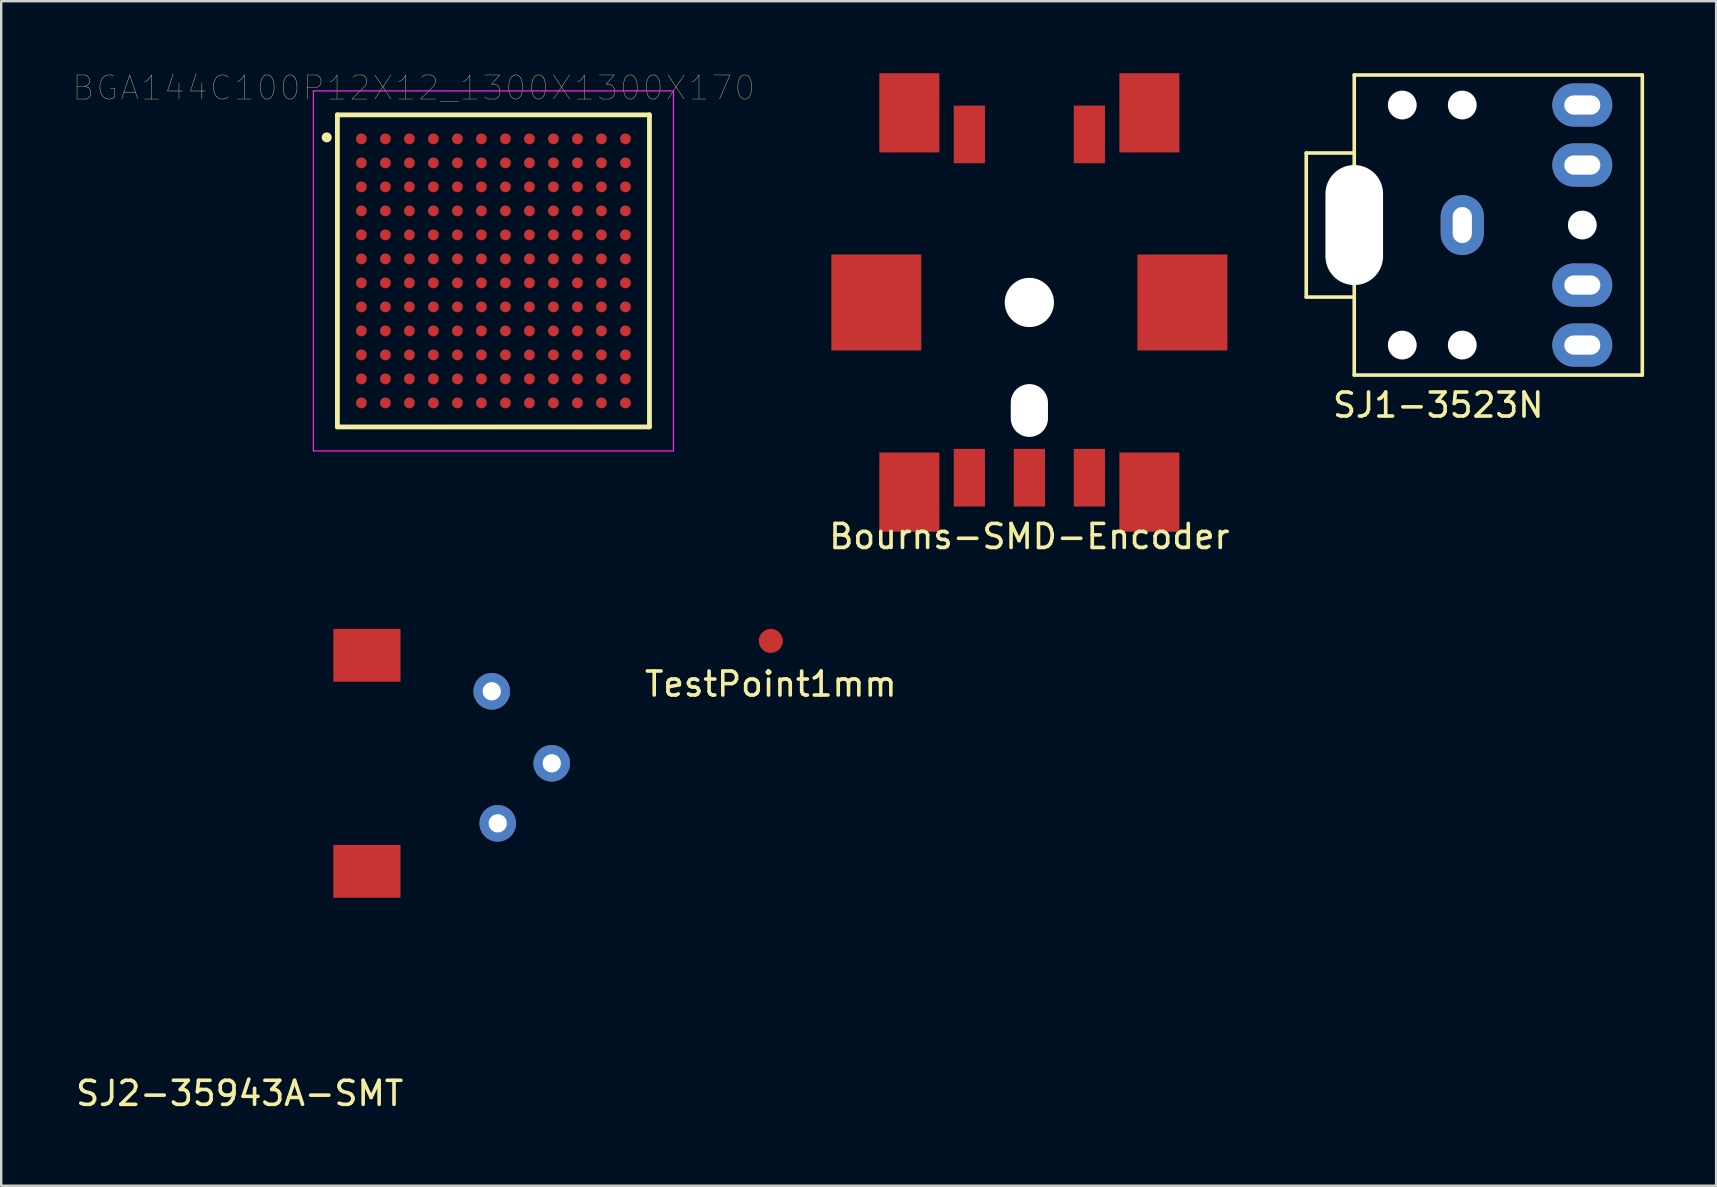
<source format=kicad_pcb>
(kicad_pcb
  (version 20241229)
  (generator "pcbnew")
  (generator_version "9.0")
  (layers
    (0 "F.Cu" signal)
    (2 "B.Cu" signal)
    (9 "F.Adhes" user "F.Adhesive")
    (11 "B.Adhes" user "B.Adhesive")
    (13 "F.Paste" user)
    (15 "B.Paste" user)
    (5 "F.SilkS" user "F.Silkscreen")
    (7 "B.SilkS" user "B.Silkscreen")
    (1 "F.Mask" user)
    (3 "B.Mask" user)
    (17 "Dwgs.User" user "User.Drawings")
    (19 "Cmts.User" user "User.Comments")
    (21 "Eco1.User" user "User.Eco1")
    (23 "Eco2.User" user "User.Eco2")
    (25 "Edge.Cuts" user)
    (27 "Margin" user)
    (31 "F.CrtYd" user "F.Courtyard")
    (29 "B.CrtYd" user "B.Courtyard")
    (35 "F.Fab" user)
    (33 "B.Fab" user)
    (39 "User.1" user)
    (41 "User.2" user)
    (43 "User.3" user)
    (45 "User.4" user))
  (footprint "Bourns-SMD-Encoder"
    (layer "F.Cu")
    (at 39.831 9.55)
    (property "Reference" "Bourns-SMD-Encoder" (at 0 9.75 0) (layer "F.SilkS") (effects (font (size 1 1) (thickness 0.15))))
    (attr through_hole)
    (pad "" smd rect (at -6.375 0) (size 3.75 4) (layers "F.Cu" "F.Mask" "F.Paste"))
    (pad "" smd rect (at -5 -7.9) (size 2.5 3.3) (layers "F.Cu" "F.Mask" "F.Paste"))
    (pad "" smd rect (at -5 7.9) (size 2.5 3.3) (layers "F.Cu" "F.Mask" "F.Paste"))
    (pad "" np_thru_hole circle (at 0 0) (size 2.05 2.05) (drill 2.05) (layers "*.Cu" "*.Mask"))
    (pad "" np_thru_hole oval (at 0 4.5) (size 1.55 2.2) (drill oval 1.55 2.2) (layers "*.Cu" "*.Mask"))
    (pad "" smd rect (at 5 -7.9) (size 2.5 3.3) (layers "F.Cu" "F.Mask" "F.Paste"))
    (pad "" smd rect (at 5 7.9) (size 2.5 3.3) (layers "F.Cu" "F.Mask" "F.Paste"))
    (pad "" smd rect (at 6.375 0) (size 3.75 4) (layers "F.Cu" "F.Mask" "F.Paste"))
    (pad "A" smd rect (at -2.5 7.3) (size 1.3 2.4) (layers "F.Cu" "F.Mask" "F.Paste"))
    (pad "B" smd rect (at 2.5 7.3) (size 1.3 2.4) (layers "F.Cu" "F.Mask" "F.Paste"))
    (pad "C" smd rect (at 0 7.3) (size 1.3 2.4) (layers "F.Cu" "F.Mask" "F.Paste"))
    (pad "S1" smd rect (at -2.5 -7) (size 1.3 2.4) (layers "F.Cu" "F.Mask" "F.Paste"))
    (pad "S2" smd rect (at 2.5 -7) (size 1.3 2.4) (layers "F.Cu" "F.Mask" "F.Paste")))
  (footprint "BGA144C100P12X12_1300X1300X170"
    (layer "F.Cu")
    (at 17.505 8.234)
    (property "Reference" "BGA144C100P12X12_1300X1300X170" (at -3.318 -7.622 0) (layer "F.SilkS") (effects (font (size 1.002 1.002) (thickness 0.015))))
    (attr through_hole)
    (fp_line (start -6.5 -6.5) (end -6.5 6.5) (stroke (width 0.2) (type solid)) (layer "F.SilkS"))
    (fp_line (start -6.5 -6.5) (end 6.5 -6.5) (stroke (width 0.2) (type solid)) (layer "F.SilkS"))
    (fp_line (start 6.5 6.5) (end -6.5 6.5) (stroke (width 0.2) (type solid)) (layer "F.SilkS"))
    (fp_line (start 6.5 6.5) (end 6.5 -6.5) (stroke (width 0.2) (type solid)) (layer "F.SilkS"))
    (fp_circle (center -6.945 -5.561) (end -6.835 -5.561) (stroke (width 0.2) (type solid)) (fill no) (layer "F.SilkS"))
    (fp_line (start -7.5 -7.5) (end 7.5 -7.5) (stroke (width 0.05) (type solid)) (layer "F.CrtYd"))
    (fp_line (start -7.5 7.5) (end -7.5 -7.5) (stroke (width 0.05) (type solid)) (layer "F.CrtYd"))
    (fp_line (start 7.5 -7.5) (end 7.5 7.5) (stroke (width 0.05) (type solid)) (layer "F.CrtYd"))
    (fp_line (start 7.5 7.5) (end -7.5 7.5) (stroke (width 0.05) (type solid)) (layer "F.CrtYd"))
    (pad "A1" smd circle (at -5.5 -5.5) (size 0.45 0.45) (layers "F.Cu" "F.Mask" "F.Paste"))
    (pad "A2" smd circle (at -4.5 -5.5) (size 0.45 0.45) (layers "F.Cu" "F.Mask" "F.Paste"))
    (pad "A3" smd circle (at -3.5 -5.5) (size 0.45 0.45) (layers "F.Cu" "F.Mask" "F.Paste"))
    (pad "A4" smd circle (at -2.5 -5.5) (size 0.45 0.45) (layers "F.Cu" "F.Mask" "F.Paste"))
    (pad "A5" smd circle (at -1.5 -5.5) (size 0.45 0.45) (layers "F.Cu" "F.Mask" "F.Paste"))
    (pad "A6" smd circle (at -0.5 -5.5) (size 0.45 0.45) (layers "F.Cu" "F.Mask" "F.Paste"))
    (pad "A7" smd circle (at 0.5 -5.5) (size 0.45 0.45) (layers "F.Cu" "F.Mask" "F.Paste"))
    (pad "A8" smd circle (at 1.5 -5.5) (size 0.45 0.45) (layers "F.Cu" "F.Mask" "F.Paste"))
    (pad "A9" smd circle (at 2.5 -5.5) (size 0.45 0.45) (layers "F.Cu" "F.Mask" "F.Paste"))
    (pad "A10" smd circle (at 3.5 -5.5) (size 0.45 0.45) (layers "F.Cu" "F.Mask" "F.Paste"))
    (pad "A11" smd circle (at 4.5 -5.5) (size 0.45 0.45) (layers "F.Cu" "F.Mask" "F.Paste"))
    (pad "A12" smd circle (at 5.5 -5.5) (size 0.45 0.45) (layers "F.Cu" "F.Mask" "F.Paste"))
    (pad "B1" smd circle (at -5.5 -4.5) (size 0.45 0.45) (layers "F.Cu" "F.Mask" "F.Paste"))
    (pad "B2" smd circle (at -4.5 -4.5) (size 0.45 0.45) (layers "F.Cu" "F.Mask" "F.Paste"))
    (pad "B3" smd circle (at -3.5 -4.5) (size 0.45 0.45) (layers "F.Cu" "F.Mask" "F.Paste"))
    (pad "B4" smd circle (at -2.5 -4.5) (size 0.45 0.45) (layers "F.Cu" "F.Mask" "F.Paste"))
    (pad "B5" smd circle (at -1.5 -4.5) (size 0.45 0.45) (layers "F.Cu" "F.Mask" "F.Paste"))
    (pad "B6" smd circle (at -0.5 -4.5) (size 0.45 0.45) (layers "F.Cu" "F.Mask" "F.Paste"))
    (pad "B7" smd circle (at 0.5 -4.5) (size 0.45 0.45) (layers "F.Cu" "F.Mask" "F.Paste"))
    (pad "B8" smd circle (at 1.5 -4.5) (size 0.45 0.45) (layers "F.Cu" "F.Mask" "F.Paste"))
    (pad "B9" smd circle (at 2.5 -4.5) (size 0.45 0.45) (layers "F.Cu" "F.Mask" "F.Paste"))
    (pad "B10" smd circle (at 3.5 -4.5) (size 0.45 0.45) (layers "F.Cu" "F.Mask" "F.Paste"))
    (pad "B11" smd circle (at 4.5 -4.5) (size 0.45 0.45) (layers "F.Cu" "F.Mask" "F.Paste"))
    (pad "B12" smd circle (at 5.5 -4.5) (size 0.45 0.45) (layers "F.Cu" "F.Mask" "F.Paste"))
    (pad "C1" smd circle (at -5.5 -3.5) (size 0.45 0.45) (layers "F.Cu" "F.Mask" "F.Paste"))
    (pad "C2" smd circle (at -4.5 -3.5) (size 0.45 0.45) (layers "F.Cu" "F.Mask" "F.Paste"))
    (pad "C3" smd circle (at -3.5 -3.5) (size 0.45 0.45) (layers "F.Cu" "F.Mask" "F.Paste"))
    (pad "C4" smd circle (at -2.5 -3.5) (size 0.45 0.45) (layers "F.Cu" "F.Mask" "F.Paste"))
    (pad "C5" smd circle (at -1.5 -3.5) (size 0.45 0.45) (layers "F.Cu" "F.Mask" "F.Paste"))
    (pad "C6" smd circle (at -0.5 -3.5) (size 0.45 0.45) (layers "F.Cu" "F.Mask" "F.Paste"))
    (pad "C7" smd circle (at 0.5 -3.5) (size 0.45 0.45) (layers "F.Cu" "F.Mask" "F.Paste"))
    (pad "C8" smd circle (at 1.5 -3.5) (size 0.45 0.45) (layers "F.Cu" "F.Mask" "F.Paste"))
    (pad "C9" smd circle (at 2.5 -3.5) (size 0.45 0.45) (layers "F.Cu" "F.Mask" "F.Paste"))
    (pad "C10" smd circle (at 3.5 -3.5) (size 0.45 0.45) (layers "F.Cu" "F.Mask" "F.Paste"))
    (pad "C11" smd circle (at 4.5 -3.5) (size 0.45 0.45) (layers "F.Cu" "F.Mask" "F.Paste"))
    (pad "C12" smd circle (at 5.5 -3.5) (size 0.45 0.45) (layers "F.Cu" "F.Mask" "F.Paste"))
    (pad "D1" smd circle (at -5.5 -2.5) (size 0.45 0.45) (layers "F.Cu" "F.Mask" "F.Paste"))
    (pad "D2" smd circle (at -4.5 -2.5) (size 0.45 0.45) (layers "F.Cu" "F.Mask" "F.Paste"))
    (pad "D3" smd circle (at -3.5 -2.5) (size 0.45 0.45) (layers "F.Cu" "F.Mask" "F.Paste"))
    (pad "D4" smd circle (at -2.5 -2.5) (size 0.45 0.45) (layers "F.Cu" "F.Mask" "F.Paste"))
    (pad "D5" smd circle (at -1.5 -2.5) (size 0.45 0.45) (layers "F.Cu" "F.Mask" "F.Paste"))
    (pad "D6" smd circle (at -0.5 -2.5) (size 0.45 0.45) (layers "F.Cu" "F.Mask" "F.Paste"))
    (pad "D7" smd circle (at 0.5 -2.5) (size 0.45 0.45) (layers "F.Cu" "F.Mask" "F.Paste"))
    (pad "D8" smd circle (at 1.5 -2.5) (size 0.45 0.45) (layers "F.Cu" "F.Mask" "F.Paste"))
    (pad "D9" smd circle (at 2.5 -2.5) (size 0.45 0.45) (layers "F.Cu" "F.Mask" "F.Paste"))
    (pad "D10" smd circle (at 3.5 -2.5) (size 0.45 0.45) (layers "F.Cu" "F.Mask" "F.Paste"))
    (pad "D11" smd circle (at 4.5 -2.5) (size 0.45 0.45) (layers "F.Cu" "F.Mask" "F.Paste"))
    (pad "D12" smd circle (at 5.5 -2.5) (size 0.45 0.45) (layers "F.Cu" "F.Mask" "F.Paste"))
    (pad "E1" smd circle (at -5.5 -1.5) (size 0.45 0.45) (layers "F.Cu" "F.Mask" "F.Paste"))
    (pad "E2" smd circle (at -4.5 -1.5) (size 0.45 0.45) (layers "F.Cu" "F.Mask" "F.Paste"))
    (pad "E3" smd circle (at -3.5 -1.5) (size 0.45 0.45) (layers "F.Cu" "F.Mask" "F.Paste"))
    (pad "E4" smd circle (at -2.5 -1.5) (size 0.45 0.45) (layers "F.Cu" "F.Mask" "F.Paste"))
    (pad "E5" smd circle (at -1.5 -1.5) (size 0.45 0.45) (layers "F.Cu" "F.Mask" "F.Paste"))
    (pad "E6" smd circle (at -0.5 -1.5) (size 0.45 0.45) (layers "F.Cu" "F.Mask" "F.Paste"))
    (pad "E7" smd circle (at 0.5 -1.5) (size 0.45 0.45) (layers "F.Cu" "F.Mask" "F.Paste"))
    (pad "E8" smd circle (at 1.5 -1.5) (size 0.45 0.45) (layers "F.Cu" "F.Mask" "F.Paste"))
    (pad "E9" smd circle (at 2.5 -1.5) (size 0.45 0.45) (layers "F.Cu" "F.Mask" "F.Paste"))
    (pad "E10" smd circle (at 3.5 -1.5) (size 0.45 0.45) (layers "F.Cu" "F.Mask" "F.Paste"))
    (pad "E11" smd circle (at 4.5 -1.5) (size 0.45 0.45) (layers "F.Cu" "F.Mask" "F.Paste"))
    (pad "E12" smd circle (at 5.5 -1.5) (size 0.45 0.45) (layers "F.Cu" "F.Mask" "F.Paste"))
    (pad "F1" smd circle (at -5.5 -0.5) (size 0.45 0.45) (layers "F.Cu" "F.Mask" "F.Paste"))
    (pad "F2" smd circle (at -4.5 -0.5) (size 0.45 0.45) (layers "F.Cu" "F.Mask" "F.Paste"))
    (pad "F3" smd circle (at -3.5 -0.5) (size 0.45 0.45) (layers "F.Cu" "F.Mask" "F.Paste"))
    (pad "F4" smd circle (at -2.5 -0.5) (size 0.45 0.45) (layers "F.Cu" "F.Mask" "F.Paste"))
    (pad "F5" smd circle (at -1.5 -0.5) (size 0.45 0.45) (layers "F.Cu" "F.Mask" "F.Paste"))
    (pad "F6" smd circle (at -0.5 -0.5) (size 0.45 0.45) (layers "F.Cu" "F.Mask" "F.Paste"))
    (pad "F7" smd circle (at 0.5 -0.5) (size 0.45 0.45) (layers "F.Cu" "F.Mask" "F.Paste"))
    (pad "F8" smd circle (at 1.5 -0.5) (size 0.45 0.45) (layers "F.Cu" "F.Mask" "F.Paste"))
    (pad "F9" smd circle (at 2.5 -0.5) (size 0.45 0.45) (layers "F.Cu" "F.Mask" "F.Paste"))
    (pad "F10" smd circle (at 3.5 -0.5) (size 0.45 0.45) (layers "F.Cu" "F.Mask" "F.Paste"))
    (pad "F11" smd circle (at 4.5 -0.5) (size 0.45 0.45) (layers "F.Cu" "F.Mask" "F.Paste"))
    (pad "F12" smd circle (at 5.5 -0.5) (size 0.45 0.45) (layers "F.Cu" "F.Mask" "F.Paste"))
    (pad "G1" smd circle (at -5.5 0.5) (size 0.45 0.45) (layers "F.Cu" "F.Mask" "F.Paste"))
    (pad "G2" smd circle (at -4.5 0.5) (size 0.45 0.45) (layers "F.Cu" "F.Mask" "F.Paste"))
    (pad "G3" smd circle (at -3.5 0.5) (size 0.45 0.45) (layers "F.Cu" "F.Mask" "F.Paste"))
    (pad "G4" smd circle (at -2.5 0.5) (size 0.45 0.45) (layers "F.Cu" "F.Mask" "F.Paste"))
    (pad "G5" smd circle (at -1.5 0.5) (size 0.45 0.45) (layers "F.Cu" "F.Mask" "F.Paste"))
    (pad "G6" smd circle (at -0.5 0.5) (size 0.45 0.45) (layers "F.Cu" "F.Mask" "F.Paste"))
    (pad "G7" smd circle (at 0.5 0.5) (size 0.45 0.45) (layers "F.Cu" "F.Mask" "F.Paste"))
    (pad "G8" smd circle (at 1.5 0.5) (size 0.45 0.45) (layers "F.Cu" "F.Mask" "F.Paste"))
    (pad "G9" smd circle (at 2.5 0.5) (size 0.45 0.45) (layers "F.Cu" "F.Mask" "F.Paste"))
    (pad "G10" smd circle (at 3.5 0.5) (size 0.45 0.45) (layers "F.Cu" "F.Mask" "F.Paste"))
    (pad "G11" smd circle (at 4.5 0.5) (size 0.45 0.45) (layers "F.Cu" "F.Mask" "F.Paste"))
    (pad "G12" smd circle (at 5.5 0.5) (size 0.45 0.45) (layers "F.Cu" "F.Mask" "F.Paste"))
    (pad "H1" smd circle (at -5.5 1.5) (size 0.45 0.45) (layers "F.Cu" "F.Mask" "F.Paste"))
    (pad "H2" smd circle (at -4.5 1.5) (size 0.45 0.45) (layers "F.Cu" "F.Mask" "F.Paste"))
    (pad "H3" smd circle (at -3.5 1.5) (size 0.45 0.45) (layers "F.Cu" "F.Mask" "F.Paste"))
    (pad "H4" smd circle (at -2.5 1.5) (size 0.45 0.45) (layers "F.Cu" "F.Mask" "F.Paste"))
    (pad "H5" smd circle (at -1.5 1.5) (size 0.45 0.45) (layers "F.Cu" "F.Mask" "F.Paste"))
    (pad "H6" smd circle (at -0.5 1.5) (size 0.45 0.45) (layers "F.Cu" "F.Mask" "F.Paste"))
    (pad "H7" smd circle (at 0.5 1.5) (size 0.45 0.45) (layers "F.Cu" "F.Mask" "F.Paste"))
    (pad "H8" smd circle (at 1.5 1.5) (size 0.45 0.45) (layers "F.Cu" "F.Mask" "F.Paste"))
    (pad "H9" smd circle (at 2.5 1.5) (size 0.45 0.45) (layers "F.Cu" "F.Mask" "F.Paste"))
    (pad "H10" smd circle (at 3.5 1.5) (size 0.45 0.45) (layers "F.Cu" "F.Mask" "F.Paste"))
    (pad "H11" smd circle (at 4.5 1.5) (size 0.45 0.45) (layers "F.Cu" "F.Mask" "F.Paste"))
    (pad "H12" smd circle (at 5.5 1.5) (size 0.45 0.45) (layers "F.Cu" "F.Mask" "F.Paste"))
    (pad "J1" smd circle (at -5.5 2.5) (size 0.45 0.45) (layers "F.Cu" "F.Mask" "F.Paste"))
    (pad "J2" smd circle (at -4.5 2.5) (size 0.45 0.45) (layers "F.Cu" "F.Mask" "F.Paste"))
    (pad "J3" smd circle (at -3.5 2.5) (size 0.45 0.45) (layers "F.Cu" "F.Mask" "F.Paste"))
    (pad "J4" smd circle (at -2.5 2.5) (size 0.45 0.45) (layers "F.Cu" "F.Mask" "F.Paste"))
    (pad "J5" smd circle (at -1.5 2.5) (size 0.45 0.45) (layers "F.Cu" "F.Mask" "F.Paste"))
    (pad "J6" smd circle (at -0.5 2.5) (size 0.45 0.45) (layers "F.Cu" "F.Mask" "F.Paste"))
    (pad "J7" smd circle (at 0.5 2.5) (size 0.45 0.45) (layers "F.Cu" "F.Mask" "F.Paste"))
    (pad "J8" smd circle (at 1.5 2.5) (size 0.45 0.45) (layers "F.Cu" "F.Mask" "F.Paste"))
    (pad "J9" smd circle (at 2.5 2.5) (size 0.45 0.45) (layers "F.Cu" "F.Mask" "F.Paste"))
    (pad "J10" smd circle (at 3.5 2.5) (size 0.45 0.45) (layers "F.Cu" "F.Mask" "F.Paste"))
    (pad "J11" smd circle (at 4.5 2.5) (size 0.45 0.45) (layers "F.Cu" "F.Mask" "F.Paste"))
    (pad "J12" smd circle (at 5.5 2.5) (size 0.45 0.45) (layers "F.Cu" "F.Mask" "F.Paste"))
    (pad "K1" smd circle (at -5.5 3.5) (size 0.45 0.45) (layers "F.Cu" "F.Mask" "F.Paste"))
    (pad "K2" smd circle (at -4.5 3.5) (size 0.45 0.45) (layers "F.Cu" "F.Mask" "F.Paste"))
    (pad "K3" smd circle (at -3.5 3.5) (size 0.45 0.45) (layers "F.Cu" "F.Mask" "F.Paste"))
    (pad "K4" smd circle (at -2.5 3.5) (size 0.45 0.45) (layers "F.Cu" "F.Mask" "F.Paste"))
    (pad "K5" smd circle (at -1.5 3.5) (size 0.45 0.45) (layers "F.Cu" "F.Mask" "F.Paste"))
    (pad "K6" smd circle (at -0.5 3.5) (size 0.45 0.45) (layers "F.Cu" "F.Mask" "F.Paste"))
    (pad "K7" smd circle (at 0.5 3.5) (size 0.45 0.45) (layers "F.Cu" "F.Mask" "F.Paste"))
    (pad "K8" smd circle (at 1.5 3.5) (size 0.45 0.45) (layers "F.Cu" "F.Mask" "F.Paste"))
    (pad "K9" smd circle (at 2.5 3.5) (size 0.45 0.45) (layers "F.Cu" "F.Mask" "F.Paste"))
    (pad "K10" smd circle (at 3.5 3.5) (size 0.45 0.45) (layers "F.Cu" "F.Mask" "F.Paste"))
    (pad "K11" smd circle (at 4.5 3.5) (size 0.45 0.45) (layers "F.Cu" "F.Mask" "F.Paste"))
    (pad "K12" smd circle (at 5.5 3.5) (size 0.45 0.45) (layers "F.Cu" "F.Mask" "F.Paste"))
    (pad "L1" smd circle (at -5.5 4.5) (size 0.45 0.45) (layers "F.Cu" "F.Mask" "F.Paste"))
    (pad "L2" smd circle (at -4.5 4.5) (size 0.45 0.45) (layers "F.Cu" "F.Mask" "F.Paste"))
    (pad "L3" smd circle (at -3.5 4.5) (size 0.45 0.45) (layers "F.Cu" "F.Mask" "F.Paste"))
    (pad "L4" smd circle (at -2.5 4.5) (size 0.45 0.45) (layers "F.Cu" "F.Mask" "F.Paste"))
    (pad "L5" smd circle (at -1.5 4.5) (size 0.45 0.45) (layers "F.Cu" "F.Mask" "F.Paste"))
    (pad "L6" smd circle (at -0.5 4.5) (size 0.45 0.45) (layers "F.Cu" "F.Mask" "F.Paste"))
    (pad "L7" smd circle (at 0.5 4.5) (size 0.45 0.45) (layers "F.Cu" "F.Mask" "F.Paste"))
    (pad "L8" smd circle (at 1.5 4.5) (size 0.45 0.45) (layers "F.Cu" "F.Mask" "F.Paste"))
    (pad "L9" smd circle (at 2.5 4.5) (size 0.45 0.45) (layers "F.Cu" "F.Mask" "F.Paste"))
    (pad "L10" smd circle (at 3.5 4.5) (size 0.45 0.45) (layers "F.Cu" "F.Mask" "F.Paste"))
    (pad "L11" smd circle (at 4.5 4.5) (size 0.45 0.45) (layers "F.Cu" "F.Mask" "F.Paste"))
    (pad "L12" smd circle (at 5.5 4.5) (size 0.45 0.45) (layers "F.Cu" "F.Mask" "F.Paste"))
    (pad "M1" smd circle (at -5.5 5.5) (size 0.45 0.45) (layers "F.Cu" "F.Mask" "F.Paste"))
    (pad "M2" smd circle (at -4.5 5.5) (size 0.45 0.45) (layers "F.Cu" "F.Mask" "F.Paste"))
    (pad "M3" smd circle (at -3.5 5.5) (size 0.45 0.45) (layers "F.Cu" "F.Mask" "F.Paste"))
    (pad "M4" smd circle (at -2.5 5.5) (size 0.45 0.45) (layers "F.Cu" "F.Mask" "F.Paste"))
    (pad "M5" smd circle (at -1.5 5.5) (size 0.45 0.45) (layers "F.Cu" "F.Mask" "F.Paste"))
    (pad "M6" smd circle (at -0.5 5.5) (size 0.45 0.45) (layers "F.Cu" "F.Mask" "F.Paste"))
    (pad "M7" smd circle (at 0.5 5.5) (size 0.45 0.45) (layers "F.Cu" "F.Mask" "F.Paste"))
    (pad "M8" smd circle (at 1.5 5.5) (size 0.45 0.45) (layers "F.Cu" "F.Mask" "F.Paste"))
    (pad "M9" smd circle (at 2.5 5.5) (size 0.45 0.45) (layers "F.Cu" "F.Mask" "F.Paste"))
    (pad "M10" smd circle (at 3.5 5.5) (size 0.45 0.45) (layers "F.Cu" "F.Mask" "F.Paste"))
    (pad "M11" smd circle (at 4.5 5.5) (size 0.45 0.45) (layers "F.Cu" "F.Mask" "F.Paste"))
    (pad "M12" smd circle (at 5.5 5.5) (size 0.45 0.45) (layers "F.Cu" "F.Mask" "F.Paste")))
  (footprint "TestPoint1mm"
    (layer "F.Cu")
    (at 29.06 23.648)
    (property "Reference" "TestPoint1mm" (at 0 1.8 0) (layer "F.SilkS") (effects (font (size 1 1) (thickness 0.15))))
    (attr smd)
    (pad "1" smd circle (at 0 0) (size 1 1) (layers "F.Cu" "F.Mask" "F.Paste")))
  (footprint "SJ1-3523N"
    (layer "F.Cu")
    (at 53.365 6.325)
    (property "Reference" "SJ1-3523N" (at 3.5 7.5 0) (layer "F.SilkS") (effects (font (size 1 1) (thickness 0.15))))
    (attr through_hole)
    (fp_line (start -2 -3) (end -2 3) (stroke (width 0.15) (type solid)) (layer "F.SilkS"))
    (fp_line (start -2 -3) (end 0 -3) (stroke (width 0.15) (type solid)) (layer "F.SilkS"))
    (fp_line (start -2 3) (end 0 3) (stroke (width 0.15) (type solid)) (layer "F.SilkS"))
    (fp_line (start 0 -6.25) (end 0 6.25) (stroke (width 0.15) (type solid)) (layer "F.SilkS"))
    (fp_line (start 0 -6.25) (end 12 -6.25) (stroke (width 0.15) (type solid)) (layer "F.SilkS"))
    (fp_line (start 0 6.25) (end 12 6.25) (stroke (width 0.15) (type solid)) (layer "F.SilkS"))
    (fp_line (start 12 -6.25) (end 12 6.25) (stroke (width 0.15) (type solid)) (layer "F.SilkS"))
    (pad "" np_thru_hole oval (at 0 0) (size 2.4 5) (drill oval 2.4 5) (layers "*.Cu" "*.Mask"))
    (pad "" np_thru_hole circle (at 2 -5) (size 1.2 1.2) (drill 1.2) (layers "*.Cu" "*.Mask"))
    (pad "" np_thru_hole circle (at 2 5) (size 1.2 1.2) (drill 1.2) (layers "*.Cu" "*.Mask"))
    (pad "" np_thru_hole circle (at 4.5 -5) (size 1.2 1.2) (drill 1.2) (layers "*.Cu" "*.Mask"))
    (pad "" np_thru_hole circle (at 4.5 5) (size 1.2 1.2) (drill 1.2) (layers "*.Cu" "*.Mask"))
    (pad "" thru_hole oval (at 9.5 -2.5) (size 2.5 1.8) (drill oval 1.5 0.8) (layers "*.Cu" "*.Mask"))
    (pad "" np_thru_hole circle (at 9.5 0) (size 1.2 1.2) (drill 1.2) (layers "*.Cu" "*.Mask"))
    (pad "" thru_hole oval (at 9.5 2.5) (size 2.5 1.8) (drill oval 1.5 0.8) (layers "*.Cu" "*.Mask"))
    (pad "1" thru_hole oval (at 4.5 0) (size 1.8 2.5) (drill oval 0.8 1.5) (layers "*.Cu" "*.Mask"))
    (pad "2" thru_hole oval (at 9.5 5) (size 2.5 1.8) (drill oval 1.5 0.8) (layers "*.Cu" "*.Mask"))
    (pad "3" thru_hole oval (at 9.5 -5) (size 2.5 1.8) (drill oval 1.5 0.8) (layers "*.Cu" "*.Mask")))
  (footprint "SJ2-35943A-SMT"
    (layer "F.Cu")
    (at 6.935 28.748)
    (property "Reference" "SJ2-35943A-SMT" (at 0 13.75 0) (layer "F.SilkS") (effects (font (size 1 1) (thickness 0.15))))
    (attr through_hole)
    (pad "1" thru_hole circle (at 10.5 -3) (size 1.524 1.524) (drill 0.762) (layers "*.Cu" "*.Mask"))
    (pad "2" thru_hole circle (at 10.75 2.5) (size 1.524 1.524) (drill 0.762) (layers "*.Cu" "*.Mask"))
    (pad "3" thru_hole circle (at 13 0) (size 1.524 1.524) (drill 0.762) (layers "*.Cu" "*.Mask"))
    (pad "4" smd rect (at 5.3 -4.5) (size 2.8 2.2) (layers "F.Cu" "F.Mask" "F.Paste"))
    (pad "5" smd rect (at 5.3 4.5) (size 2.8 2.2) (layers "F.Cu" "F.Mask" "F.Paste")))
  (gr_rect
    (start -3 -3)
    (end 68.44 46.346)
    (stroke (width 0.1) (type default))
    (fill no)
    (layer "Edge.Cuts")))
</source>
